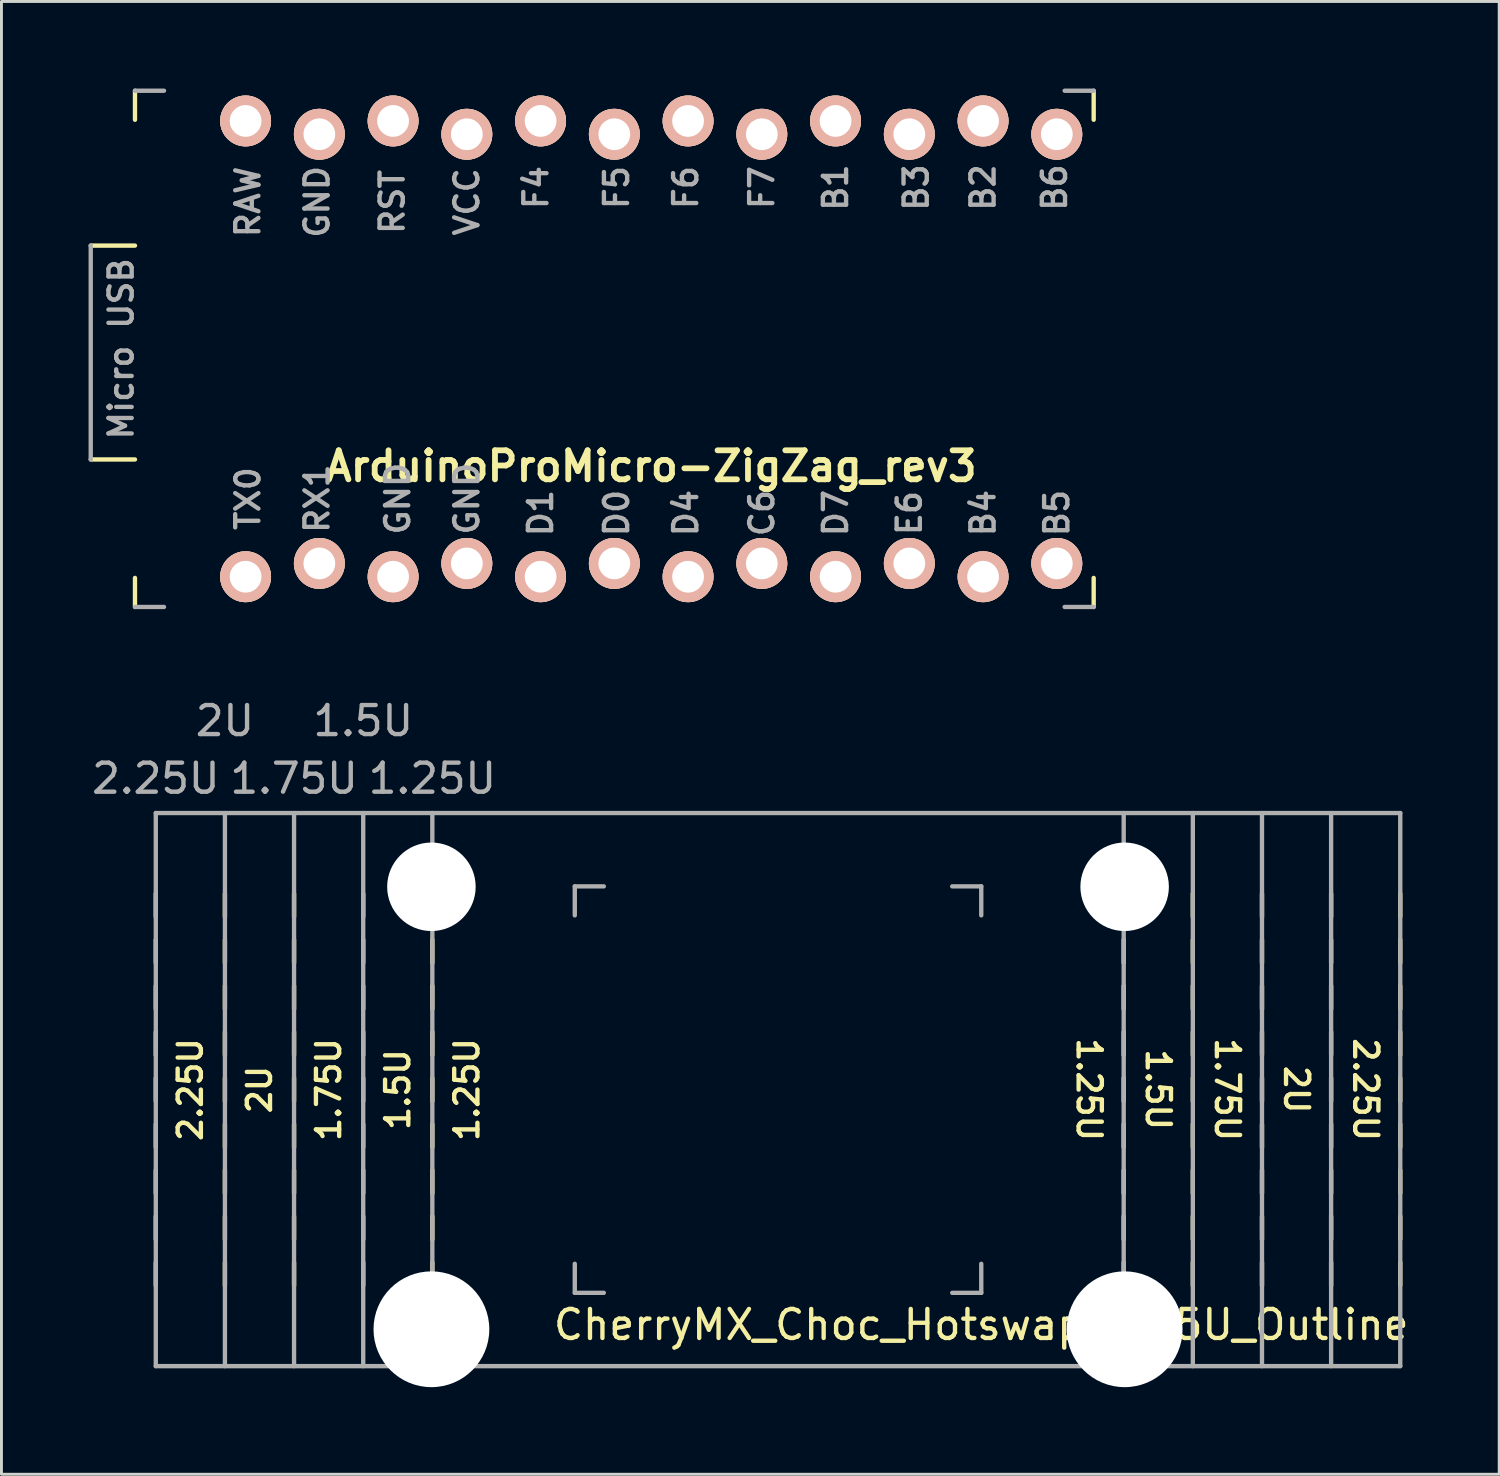
<source format=kicad_pcb>
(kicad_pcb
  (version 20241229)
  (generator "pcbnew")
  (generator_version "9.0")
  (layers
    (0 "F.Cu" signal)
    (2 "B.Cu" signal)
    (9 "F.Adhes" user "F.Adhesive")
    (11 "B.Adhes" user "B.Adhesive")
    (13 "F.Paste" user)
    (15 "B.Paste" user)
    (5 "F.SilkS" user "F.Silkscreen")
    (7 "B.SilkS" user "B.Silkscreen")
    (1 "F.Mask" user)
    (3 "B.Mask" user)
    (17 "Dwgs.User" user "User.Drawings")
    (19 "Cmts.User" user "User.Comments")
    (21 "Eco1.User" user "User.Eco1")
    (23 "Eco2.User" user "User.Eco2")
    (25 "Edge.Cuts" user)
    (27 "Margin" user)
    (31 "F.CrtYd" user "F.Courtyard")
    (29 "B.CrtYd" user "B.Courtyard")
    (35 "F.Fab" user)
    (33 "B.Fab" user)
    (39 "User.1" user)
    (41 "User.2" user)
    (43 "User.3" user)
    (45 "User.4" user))
  (footprint "ArduinoProMicro-ZigZag_rev3"
    (layer "F.Cu")
    (at 19.379 8.965)
    (property "Reference" "ArduinoProMicro-ZigZag_rev3" (at 0 4.042 0) (layer "F.SilkS") (effects (font (size 1 1) (thickness 0.2))))
    (attr through_hole)
    (fp_line (start -19.304 -3.556) (end -17.78 -3.556) (stroke (width 0.15) (type solid)) (layer "F.SilkS"))
    (fp_line (start -17.78 -8.89) (end -17.78 -7.89) (stroke (width 0.15) (type solid)) (layer "F.SilkS"))
    (fp_line (start -17.78 3.81) (end -19.304 3.81) (stroke (width 0.15) (type solid)) (layer "F.SilkS"))
    (fp_line (start -17.78 7.89) (end -17.78 8.89) (stroke (width 0.15) (type solid)) (layer "F.SilkS"))
    (fp_line (start 15.24 -8.89) (end 15.24 -7.89) (stroke (width 0.15) (type solid)) (layer "F.SilkS"))
    (fp_line (start 15.24 8.89) (end 15.24 7.89) (stroke (width 0.15) (type solid)) (layer "F.SilkS"))
    (fp_line (start -19.304 3.81) (end -19.304 -3.556) (stroke (width 0.15) (type solid)) (layer "F.Fab"))
    (fp_line (start -17.78 -8.89) (end -16.78 -8.89) (stroke (width 0.15) (type solid)) (layer "F.Fab"))
    (fp_line (start -17.78 8.89) (end -16.78 8.89) (stroke (width 0.15) (type solid)) (layer "F.Fab"))
    (fp_line (start 15.24 -8.89) (end 14.24 -8.89) (stroke (width 0.15) (type solid)) (layer "F.Fab"))
    (fp_line (start 15.24 8.89) (end 14.24 8.89) (stroke (width 0.15) (type solid)) (layer "F.Fab"))
    (fp_text user "B5" (at 13.97 5.656 90) (layer "F.Fab") (effects (font (size 0.8 0.8) (thickness 0.15))))
    (fp_text user "F4" (at -3.969 -5.556 90) (layer "F.Fab") (effects (font (size 0.8 0.8) (thickness 0.15))))
    (fp_text user "VCC" (at -6.35 -5.062 90) (layer "F.Fab") (effects (font (size 0.8 0.8) (thickness 0.15))))
    (fp_text user "B6" (at 13.891 -5.556 90) (layer "F.Fab") (effects (font (size 0.8 0.8) (thickness 0.15))))
    (fp_text user "F5" (at -1.191 -5.556 90) (layer "F.Fab") (effects (font (size 0.8 0.8) (thickness 0.15))))
    (fp_text user "GND" (at -6.35 5.159 90) (layer "F.Fab") (effects (font (size 0.8 0.8) (thickness 0.15))))
    (fp_text user "F7" (at 3.81 -5.556 90) (layer "F.Fab") (effects (font (size 0.8 0.8) (thickness 0.15))))
    (fp_text user "Micro USB" (at -18.256 0 90) (layer "F.Fab") (effects (font (size 0.8 0.8) (thickness 0.15))))
    (fp_text user "D7" (at 6.35 5.656 90) (layer "F.Fab") (effects (font (size 0.8 0.8) (thickness 0.15))))
    (fp_text user "B1" (at 6.35 -5.556 90) (layer "F.Fab") (effects (font (size 0.8 0.8) (thickness 0.15))))
    (fp_text user "RX1" (at -11.509 5.159 90) (layer "F.Fab") (effects (font (size 0.8 0.8) (thickness 0.15))))
    (fp_text user "GND" (at -8.731 5.159 90) (layer "F.Fab") (effects (font (size 0.8 0.8) (thickness 0.15))))
    (fp_text user "D1" (at -3.81 5.656 90) (layer "F.Fab") (effects (font (size 0.8 0.8) (thickness 0.15))))
    (fp_text user "D0" (at -1.191 5.656 90) (layer "F.Fab") (effects (font (size 0.8 0.8) (thickness 0.15))))
    (fp_text user "RAW" (at -13.891 -5.062 90) (layer "F.Fab") (effects (font (size 0.8 0.8) (thickness 0.15))))
    (fp_text user "D4" (at 1.191 5.656 90) (layer "F.Fab") (effects (font (size 0.8 0.8) (thickness 0.15))))
    (fp_text user "B3" (at 9.128 -5.556 90) (layer "F.Fab") (effects (font (size 0.8 0.8) (thickness 0.15))))
    (fp_text user "C6" (at 3.81 5.656 90) (layer "F.Fab") (effects (font (size 0.8 0.8) (thickness 0.15))))
    (fp_text user "F6" (at 1.191 -5.556 90) (layer "F.Fab") (effects (font (size 0.8 0.8) (thickness 0.15))))
    (fp_text user "GND" (at -11.509 -5.062 90) (layer "F.Fab") (effects (font (size 0.8 0.8) (thickness 0.15))))
    (fp_text user "RST" (at -8.92 -5.062 90) (layer "F.Fab") (effects (font (size 0.8 0.8) (thickness 0.15))))
    (fp_text user "B2" (at 11.43 -5.556 90) (layer "F.Fab") (effects (font (size 0.8 0.8) (thickness 0.15))))
    (fp_text user "B4" (at 11.43 5.656 90) (layer "F.Fab") (effects (font (size 0.8 0.8) (thickness 0.15))))
    (fp_text user "E6" (at 8.89 5.656 90) (layer "F.Fab") (effects (font (size 0.8 0.8) (thickness 0.15))))
    (fp_text user "TX0" (at -13.891 5.159 90) (layer "F.Fab") (effects (font (size 0.8 0.8) (thickness 0.15))))
    (pad "1" thru_hole circle (at -13.97 7.849) (size 1.753 1.753) (drill 1.092) (layers "*.Cu" "*.SilkS" "*.Mask"))
    (pad "2" thru_hole circle (at -11.43 7.391) (size 1.753 1.753) (drill 1.092) (layers "*.Cu" "*.SilkS" "*.Mask"))
    (pad "3" thru_hole circle (at -8.89 7.849) (size 1.753 1.753) (drill 1.092) (layers "*.Cu" "*.SilkS" "*.Mask"))
    (pad "4" thru_hole circle (at -6.35 7.391) (size 1.753 1.753) (drill 1.092) (layers "*.Cu" "*.SilkS" "*.Mask"))
    (pad "5" thru_hole circle (at -3.81 7.849) (size 1.753 1.753) (drill 1.092) (layers "*.Cu" "*.SilkS" "*.Mask"))
    (pad "6" thru_hole circle (at -1.27 7.391) (size 1.753 1.753) (drill 1.092) (layers "*.Cu" "*.SilkS" "*.Mask"))
    (pad "7" thru_hole circle (at 1.27 7.849) (size 1.753 1.753) (drill 1.092) (layers "*.Cu" "*.SilkS" "*.Mask"))
    (pad "8" thru_hole circle (at 3.81 7.391) (size 1.753 1.753) (drill 1.092) (layers "*.Cu" "*.SilkS" "*.Mask"))
    (pad "9" thru_hole circle (at 6.35 7.849) (size 1.753 1.753) (drill 1.092) (layers "*.Cu" "*.SilkS" "*.Mask"))
    (pad "10" thru_hole circle (at 8.89 7.391) (size 1.753 1.753) (drill 1.092) (layers "*.Cu" "*.SilkS" "*.Mask"))
    (pad "11" thru_hole circle (at 11.43 7.849) (size 1.753 1.753) (drill 1.092) (layers "*.Cu" "*.SilkS" "*.Mask"))
    (pad "12" thru_hole circle (at 13.97 7.391) (size 1.753 1.753) (drill 1.092) (layers "*.Cu" "*.SilkS" "*.Mask"))
    (pad "13" thru_hole circle (at 13.97 -7.391) (size 1.753 1.753) (drill 1.092) (layers "*.Cu" "*.SilkS" "*.Mask"))
    (pad "14" thru_hole circle (at 11.43 -7.849) (size 1.753 1.753) (drill 1.092) (layers "*.Cu" "*.SilkS" "*.Mask"))
    (pad "15" thru_hole circle (at 8.89 -7.391) (size 1.753 1.753) (drill 1.092) (layers "*.Cu" "*.SilkS" "*.Mask"))
    (pad "16" thru_hole circle (at 6.35 -7.849) (size 1.753 1.753) (drill 1.092) (layers "*.Cu" "*.SilkS" "*.Mask"))
    (pad "17" thru_hole circle (at 3.81 -7.391) (size 1.753 1.753) (drill 1.092) (layers "*.Cu" "*.SilkS" "*.Mask"))
    (pad "18" thru_hole circle (at 1.27 -7.849) (size 1.753 1.753) (drill 1.092) (layers "*.Cu" "*.SilkS" "*.Mask"))
    (pad "19" thru_hole circle (at -1.27 -7.391) (size 1.753 1.753) (drill 1.092) (layers "*.Cu" "*.SilkS" "*.Mask"))
    (pad "20" thru_hole circle (at -3.81 -7.849) (size 1.753 1.753) (drill 1.092) (layers "*.Cu" "*.SilkS" "*.Mask"))
    (pad "21" thru_hole circle (at -6.35 -7.391) (size 1.753 1.753) (drill 1.092) (layers "*.Cu" "*.SilkS" "*.Mask"))
    (pad "22" thru_hole circle (at -8.89 -7.849) (size 1.753 1.753) (drill 1.092) (layers "*.Cu" "*.SilkS" "*.Mask"))
    (pad "23" thru_hole circle (at -11.43 -7.391) (size 1.753 1.753) (drill 1.092) (layers "*.Cu" "*.SilkS" "*.Mask"))
    (pad "24" thru_hole circle (at -13.97 -7.849) (size 1.753 1.753) (drill 1.092) (layers "*.Cu" "*.SilkS" "*.Mask")))
  (footprint "CherryMX_Choc_Hotswap_2.25U_Outline"
    (layer "F.Cu")
    (at 23.747 34.478)
    (property "Reference" "CherryMX_Choc_Hotswap_2.25U_Outline" (at 7 8.1 0) (layer "F.SilkS") (effects (font (size 1 1) (thickness 0.15))))
    (attr through_hole)
    (fp_line (start -21.431 -5.953) (end -21.431 -6.747) (stroke (width 0.15) (type solid)) (layer "F.SilkS"))
    (fp_line (start -21.431 -4.366) (end -21.431 -5.159) (stroke (width 0.15) (type solid)) (layer "F.SilkS"))
    (fp_line (start -21.431 -2.778) (end -21.431 -3.572) (stroke (width 0.15) (type solid)) (layer "F.SilkS"))
    (fp_line (start -21.431 -1.191) (end -21.431 -1.984) (stroke (width 0.15) (type solid)) (layer "F.SilkS"))
    (fp_line (start -21.431 -0.397) (end -21.431 0.397) (stroke (width 0.15) (type solid)) (layer "F.SilkS"))
    (fp_line (start -21.431 1.191) (end -21.431 1.984) (stroke (width 0.15) (type solid)) (layer "F.SilkS"))
    (fp_line (start -21.431 2.778) (end -21.431 3.572) (stroke (width 0.15) (type solid)) (layer "F.SilkS"))
    (fp_line (start -21.431 4.366) (end -21.431 5.159) (stroke (width 0.15) (type solid)) (layer "F.SilkS"))
    (fp_line (start -21.431 5.953) (end -21.431 6.747) (stroke (width 0.15) (type solid)) (layer "F.SilkS"))
    (fp_line (start -19.05 -5.953) (end -19.05 -6.747) (stroke (width 0.15) (type solid)) (layer "F.SilkS"))
    (fp_line (start -19.05 -4.366) (end -19.05 -5.159) (stroke (width 0.15) (type solid)) (layer "F.SilkS"))
    (fp_line (start -19.05 -2.778) (end -19.05 -3.572) (stroke (width 0.15) (type solid)) (layer "F.SilkS"))
    (fp_line (start -19.05 -1.191) (end -19.05 -1.984) (stroke (width 0.15) (type solid)) (layer "F.SilkS"))
    (fp_line (start -19.05 -0.397) (end -19.05 0.397) (stroke (width 0.15) (type solid)) (layer "F.SilkS"))
    (fp_line (start -19.05 1.191) (end -19.05 1.984) (stroke (width 0.15) (type solid)) (layer "F.SilkS"))
    (fp_line (start -19.05 2.778) (end -19.05 3.572) (stroke (width 0.15) (type solid)) (layer "F.SilkS"))
    (fp_line (start -19.05 4.366) (end -19.05 5.159) (stroke (width 0.15) (type solid)) (layer "F.SilkS"))
    (fp_line (start -19.05 5.953) (end -19.05 6.747) (stroke (width 0.15) (type solid)) (layer "F.SilkS"))
    (fp_line (start -16.669 -5.953) (end -16.669 -6.747) (stroke (width 0.15) (type solid)) (layer "F.SilkS"))
    (fp_line (start -16.669 -4.366) (end -16.669 -5.159) (stroke (width 0.15) (type solid)) (layer "F.SilkS"))
    (fp_line (start -16.669 -2.778) (end -16.669 -3.572) (stroke (width 0.15) (type solid)) (layer "F.SilkS"))
    (fp_line (start -16.669 -1.191) (end -16.669 -1.984) (stroke (width 0.15) (type solid)) (layer "F.SilkS"))
    (fp_line (start -16.669 -0.397) (end -16.669 0.397) (stroke (width 0.15) (type solid)) (layer "F.SilkS"))
    (fp_line (start -16.669 1.191) (end -16.669 1.984) (stroke (width 0.15) (type solid)) (layer "F.SilkS"))
    (fp_line (start -16.669 2.778) (end -16.669 3.572) (stroke (width 0.15) (type solid)) (layer "F.SilkS"))
    (fp_line (start -16.669 4.366) (end -16.669 5.159) (stroke (width 0.15) (type solid)) (layer "F.SilkS"))
    (fp_line (start -16.669 5.953) (end -16.669 6.747) (stroke (width 0.15) (type solid)) (layer "F.SilkS"))
    (fp_line (start -14.287 -5.953) (end -14.287 -6.747) (stroke (width 0.15) (type solid)) (layer "F.SilkS"))
    (fp_line (start -14.287 -4.366) (end -14.287 -5.159) (stroke (width 0.15) (type solid)) (layer "F.SilkS"))
    (fp_line (start -14.287 -2.778) (end -14.287 -3.572) (stroke (width 0.15) (type solid)) (layer "F.SilkS"))
    (fp_line (start -14.287 -1.191) (end -14.287 -1.984) (stroke (width 0.15) (type solid)) (layer "F.SilkS"))
    (fp_line (start -14.287 -0.397) (end -14.287 0.397) (stroke (width 0.15) (type solid)) (layer "F.SilkS"))
    (fp_line (start -14.287 1.191) (end -14.287 1.984) (stroke (width 0.15) (type solid)) (layer "F.SilkS"))
    (fp_line (start -14.287 2.778) (end -14.287 3.572) (stroke (width 0.15) (type solid)) (layer "F.SilkS"))
    (fp_line (start -14.287 4.366) (end -14.287 5.159) (stroke (width 0.15) (type solid)) (layer "F.SilkS"))
    (fp_line (start -14.287 5.953) (end -14.287 6.747) (stroke (width 0.15) (type solid)) (layer "F.SilkS"))
    (fp_line (start -11.906 -5.953) (end -11.906 -6.747) (stroke (width 0.15) (type solid)) (layer "F.SilkS"))
    (fp_line (start -11.906 -4.366) (end -11.906 -5.159) (stroke (width 0.15) (type solid)) (layer "F.SilkS"))
    (fp_line (start -11.906 -2.778) (end -11.906 -3.572) (stroke (width 0.15) (type solid)) (layer "F.SilkS"))
    (fp_line (start -11.906 -1.191) (end -11.906 -1.984) (stroke (width 0.15) (type solid)) (layer "F.SilkS"))
    (fp_line (start -11.906 -0.397) (end -11.906 0.397) (stroke (width 0.15) (type solid)) (layer "F.SilkS"))
    (fp_line (start -11.906 1.191) (end -11.906 1.984) (stroke (width 0.15) (type solid)) (layer "F.SilkS"))
    (fp_line (start -11.906 2.778) (end -11.906 3.572) (stroke (width 0.15) (type solid)) (layer "F.SilkS"))
    (fp_line (start -11.906 4.366) (end -11.906 5.159) (stroke (width 0.15) (type solid)) (layer "F.SilkS"))
    (fp_line (start -11.906 5.953) (end -11.906 6.747) (stroke (width 0.15) (type solid)) (layer "F.SilkS"))
    (fp_line (start 11.906 -5.953) (end 11.906 -6.747) (stroke (width 0.15) (type solid)) (layer "F.SilkS"))
    (fp_line (start 11.906 -4.366) (end 11.906 -5.159) (stroke (width 0.15) (type solid)) (layer "F.SilkS"))
    (fp_line (start 11.906 -2.778) (end 11.906 -3.572) (stroke (width 0.15) (type solid)) (layer "F.SilkS"))
    (fp_line (start 11.906 -1.191) (end 11.906 -1.984) (stroke (width 0.15) (type solid)) (layer "F.SilkS"))
    (fp_line (start 11.906 -0.397) (end 11.906 0.397) (stroke (width 0.15) (type solid)) (layer "F.SilkS"))
    (fp_line (start 11.906 1.191) (end 11.906 1.984) (stroke (width 0.15) (type solid)) (layer "F.SilkS"))
    (fp_line (start 11.906 2.778) (end 11.906 3.572) (stroke (width 0.15) (type solid)) (layer "F.SilkS"))
    (fp_line (start 11.906 4.366) (end 11.906 5.159) (stroke (width 0.15) (type solid)) (layer "F.SilkS"))
    (fp_line (start 11.906 5.953) (end 11.906 6.747) (stroke (width 0.15) (type solid)) (layer "F.SilkS"))
    (fp_line (start 14.287 -5.953) (end 14.287 -6.747) (stroke (width 0.15) (type solid)) (layer "F.SilkS"))
    (fp_line (start 14.287 -4.366) (end 14.287 -5.159) (stroke (width 0.15) (type solid)) (layer "F.SilkS"))
    (fp_line (start 14.287 -2.778) (end 14.287 -3.572) (stroke (width 0.15) (type solid)) (layer "F.SilkS"))
    (fp_line (start 14.287 -1.191) (end 14.287 -1.984) (stroke (width 0.15) (type solid)) (layer "F.SilkS"))
    (fp_line (start 14.287 -0.397) (end 14.287 0.397) (stroke (width 0.15) (type solid)) (layer "F.SilkS"))
    (fp_line (start 14.287 1.191) (end 14.287 1.984) (stroke (width 0.15) (type solid)) (layer "F.SilkS"))
    (fp_line (start 14.287 2.778) (end 14.287 3.572) (stroke (width 0.15) (type solid)) (layer "F.SilkS"))
    (fp_line (start 14.287 4.366) (end 14.287 5.159) (stroke (width 0.15) (type solid)) (layer "F.SilkS"))
    (fp_line (start 14.287 5.953) (end 14.287 6.747) (stroke (width 0.15) (type solid)) (layer "F.SilkS"))
    (fp_line (start 16.669 -5.953) (end 16.669 -6.747) (stroke (width 0.15) (type solid)) (layer "F.SilkS"))
    (fp_line (start 16.669 -4.366) (end 16.669 -5.159) (stroke (width 0.15) (type solid)) (layer "F.SilkS"))
    (fp_line (start 16.669 -2.778) (end 16.669 -3.572) (stroke (width 0.15) (type solid)) (layer "F.SilkS"))
    (fp_line (start 16.669 -1.191) (end 16.669 -1.984) (stroke (width 0.15) (type solid)) (layer "F.SilkS"))
    (fp_line (start 16.669 -0.397) (end 16.669 0.397) (stroke (width 0.15) (type solid)) (layer "F.SilkS"))
    (fp_line (start 16.669 1.191) (end 16.669 1.984) (stroke (width 0.15) (type solid)) (layer "F.SilkS"))
    (fp_line (start 16.669 2.778) (end 16.669 3.572) (stroke (width 0.15) (type solid)) (layer "F.SilkS"))
    (fp_line (start 16.669 4.366) (end 16.669 5.159) (stroke (width 0.15) (type solid)) (layer "F.SilkS"))
    (fp_line (start 16.669 5.953) (end 16.669 6.747) (stroke (width 0.15) (type solid)) (layer "F.SilkS"))
    (fp_line (start 19.05 -5.953) (end 19.05 -6.747) (stroke (width 0.15) (type solid)) (layer "F.SilkS"))
    (fp_line (start 19.05 -4.366) (end 19.05 -5.159) (stroke (width 0.15) (type solid)) (layer "F.SilkS"))
    (fp_line (start 19.05 -2.778) (end 19.05 -3.572) (stroke (width 0.15) (type solid)) (layer "F.SilkS"))
    (fp_line (start 19.05 -1.191) (end 19.05 -1.984) (stroke (width 0.15) (type solid)) (layer "F.SilkS"))
    (fp_line (start 19.05 -0.397) (end 19.05 0.397) (stroke (width 0.15) (type solid)) (layer "F.SilkS"))
    (fp_line (start 19.05 1.191) (end 19.05 1.984) (stroke (width 0.15) (type solid)) (layer "F.SilkS"))
    (fp_line (start 19.05 2.778) (end 19.05 3.572) (stroke (width 0.15) (type solid)) (layer "F.SilkS"))
    (fp_line (start 19.05 4.366) (end 19.05 5.159) (stroke (width 0.15) (type solid)) (layer "F.SilkS"))
    (fp_line (start 19.05 5.953) (end 19.05 6.747) (stroke (width 0.15) (type solid)) (layer "F.SilkS"))
    (fp_line (start 21.431 -5.953) (end 21.431 -6.747) (stroke (width 0.15) (type solid)) (layer "F.SilkS"))
    (fp_line (start 21.431 -4.366) (end 21.431 -5.159) (stroke (width 0.15) (type solid)) (layer "F.SilkS"))
    (fp_line (start 21.431 -2.778) (end 21.431 -3.572) (stroke (width 0.15) (type solid)) (layer "F.SilkS"))
    (fp_line (start 21.431 -1.191) (end 21.431 -1.984) (stroke (width 0.15) (type solid)) (layer "F.SilkS"))
    (fp_line (start 21.431 -0.397) (end 21.431 0.397) (stroke (width 0.15) (type solid)) (layer "F.SilkS"))
    (fp_line (start 21.431 1.191) (end 21.431 1.984) (stroke (width 0.15) (type solid)) (layer "F.SilkS"))
    (fp_line (start 21.431 2.778) (end 21.431 3.572) (stroke (width 0.15) (type solid)) (layer "F.SilkS"))
    (fp_line (start 21.431 4.366) (end 21.431 5.159) (stroke (width 0.15) (type solid)) (layer "F.SilkS"))
    (fp_line (start 21.431 5.953) (end 21.431 6.747) (stroke (width 0.15) (type solid)) (layer "F.SilkS"))
    (fp_line (start -21.431 -9.525) (end 21.431 -9.525) (stroke (width 0.15) (type solid)) (layer "F.Fab"))
    (fp_line (start -21.431 9.525) (end 21.431 9.525) (stroke (width 0.15) (type solid)) (layer "F.Fab"))
    (fp_line (start -21.431 -9.525) (end -21.431 9.525) (stroke (width 0.15) (type solid)) (layer "F.Fab"))
    (fp_line (start -19.05 -9.525) (end -19.05 9.525) (stroke (width 0.15) (type solid)) (layer "F.Fab"))
    (fp_line (start -16.669 -9.525) (end -16.669 9.525) (stroke (width 0.15) (type solid)) (layer "F.Fab"))
    (fp_line (start -14.287 -9.525) (end -14.287 9.525) (stroke (width 0.15) (type solid)) (layer "F.Fab"))
    (fp_line (start -11.906 -9.525) (end -11.906 9.525) (stroke (width 0.15) (type solid)) (layer "F.Fab"))
    (fp_line (start -7 -7) (end -7 -6) (stroke (width 0.15) (type solid)) (layer "F.Fab"))
    (fp_line (start -7 6) (end -7 7) (stroke (width 0.15) (type solid)) (layer "F.Fab"))
    (fp_line (start -7 7) (end -6 7) (stroke (width 0.15) (type solid)) (layer "F.Fab"))
    (fp_line (start -6 -7) (end -7 -7) (stroke (width 0.15) (type solid)) (layer "F.Fab"))
    (fp_line (start 6 -7) (end 7 -7) (stroke (width 0.15) (type solid)) (layer "F.Fab"))
    (fp_line (start 6 7) (end 7 7) (stroke (width 0.15) (type solid)) (layer "F.Fab"))
    (fp_line (start 7 -7) (end 7 -6) (stroke (width 0.15) (type solid)) (layer "F.Fab"))
    (fp_line (start 7 7) (end 7 6) (stroke (width 0.15) (type solid)) (layer "F.Fab"))
    (fp_line (start 11.906 -9.525) (end 11.906 9.525) (stroke (width 0.15) (type solid)) (layer "F.Fab"))
    (fp_line (start 14.287 -9.525) (end 14.287 9.525) (stroke (width 0.15) (type solid)) (layer "F.Fab"))
    (fp_line (start 16.669 -9.525) (end 16.669 9.525) (stroke (width 0.15) (type solid)) (layer "F.Fab"))
    (fp_line (start 19.05 -9.525) (end 19.05 9.525) (stroke (width 0.15) (type solid)) (layer "F.Fab"))
    (fp_line (start 21.431 -9.525) (end 21.431 9.525) (stroke (width 0.15) (type solid)) (layer "F.Fab"))
    (fp_text user "1.5U" (at 13.097 0 270) (unlocked yes) (layer "F.SilkS") (effects (font (size 0.8 0.8) (thickness 0.15))))
    (fp_text user "2U" (at 17.859 0 270) (unlocked yes) (layer "F.SilkS") (effects (font (size 0.8 0.8) (thickness 0.15))))
    (fp_text user "1.25U" (at 10.716 0 270) (unlocked yes) (layer "F.SilkS") (effects (font (size 0.8 0.8) (thickness 0.15))))
    (fp_text user "2U" (at -17.859 0 90) (unlocked yes) (layer "F.SilkS") (effects (font (size 0.8 0.8) (thickness 0.15))))
    (fp_text user "1.75U" (at 15.478 0 270) (unlocked yes) (layer "F.SilkS") (effects (font (size 0.8 0.8) (thickness 0.15))))
    (fp_text user "1.5U" (at -13.097 0 90) (unlocked yes) (layer "F.SilkS") (effects (font (size 0.8 0.8) (thickness 0.15))))
    (fp_text user "1.25U" (at -10.716 0 90) (unlocked yes) (layer "F.SilkS") (effects (font (size 0.8 0.8) (thickness 0.15))))
    (fp_text user "2.25U" (at -20.241 0 90) (unlocked yes) (layer "F.SilkS") (effects (font (size 0.8 0.8) (thickness 0.15))))
    (fp_text user "1.75U" (at -15.478 0 90) (unlocked yes) (layer "F.SilkS") (effects (font (size 0.8 0.8) (thickness 0.15))))
    (fp_text user "2.25U" (at 20.241 0 270) (unlocked yes) (layer "F.SilkS") (effects (font (size 0.8 0.8) (thickness 0.15))))
    (fp_text user "2.25U" (at -21.431 -10.716 0) (layer "F.Fab") (effects (font (size 1 1) (thickness 0.15))))
    (fp_text user "1.5U" (at -14.287 -12.7 0) (layer "F.Fab") (effects (font (size 1 1) (thickness 0.15))))
    (fp_text user "1.75U" (at -16.669 -10.716 0) (layer "F.Fab") (effects (font (size 1 1) (thickness 0.15))))
    (fp_text user "2U" (at -19.05 -12.7 0) (layer "F.Fab") (effects (font (size 1 1) (thickness 0.15))))
    (fp_text user "1.25U" (at -11.906 -10.716 0) (layer "F.Fab") (effects (font (size 1 1) (thickness 0.15))))
    (pad "" np_thru_hole circle (at -11.938 -6.985) (size 3.048 3.048) (drill 3.048) (layers "*.Cu" "*.Mask"))
    (pad "" np_thru_hole circle (at -11.938 8.255) (size 3.988 3.988) (drill 3.988) (layers "*.Cu" "*.Mask"))
    (pad "" np_thru_hole circle (at 11.938 -6.985) (size 3.048 3.048) (drill 3.048) (layers "*.Cu" "*.Mask"))
    (pad "" np_thru_hole circle (at 11.938 8.255) (size 3.988 3.988) (drill 3.988) (layers "*.Cu" "*.Mask")))
  (gr_rect
    (start -3 -3)
    (end 48.586 47.727)
    (stroke (width 0.1) (type default))
    (fill no)
    (layer "Edge.Cuts")))
</source>
